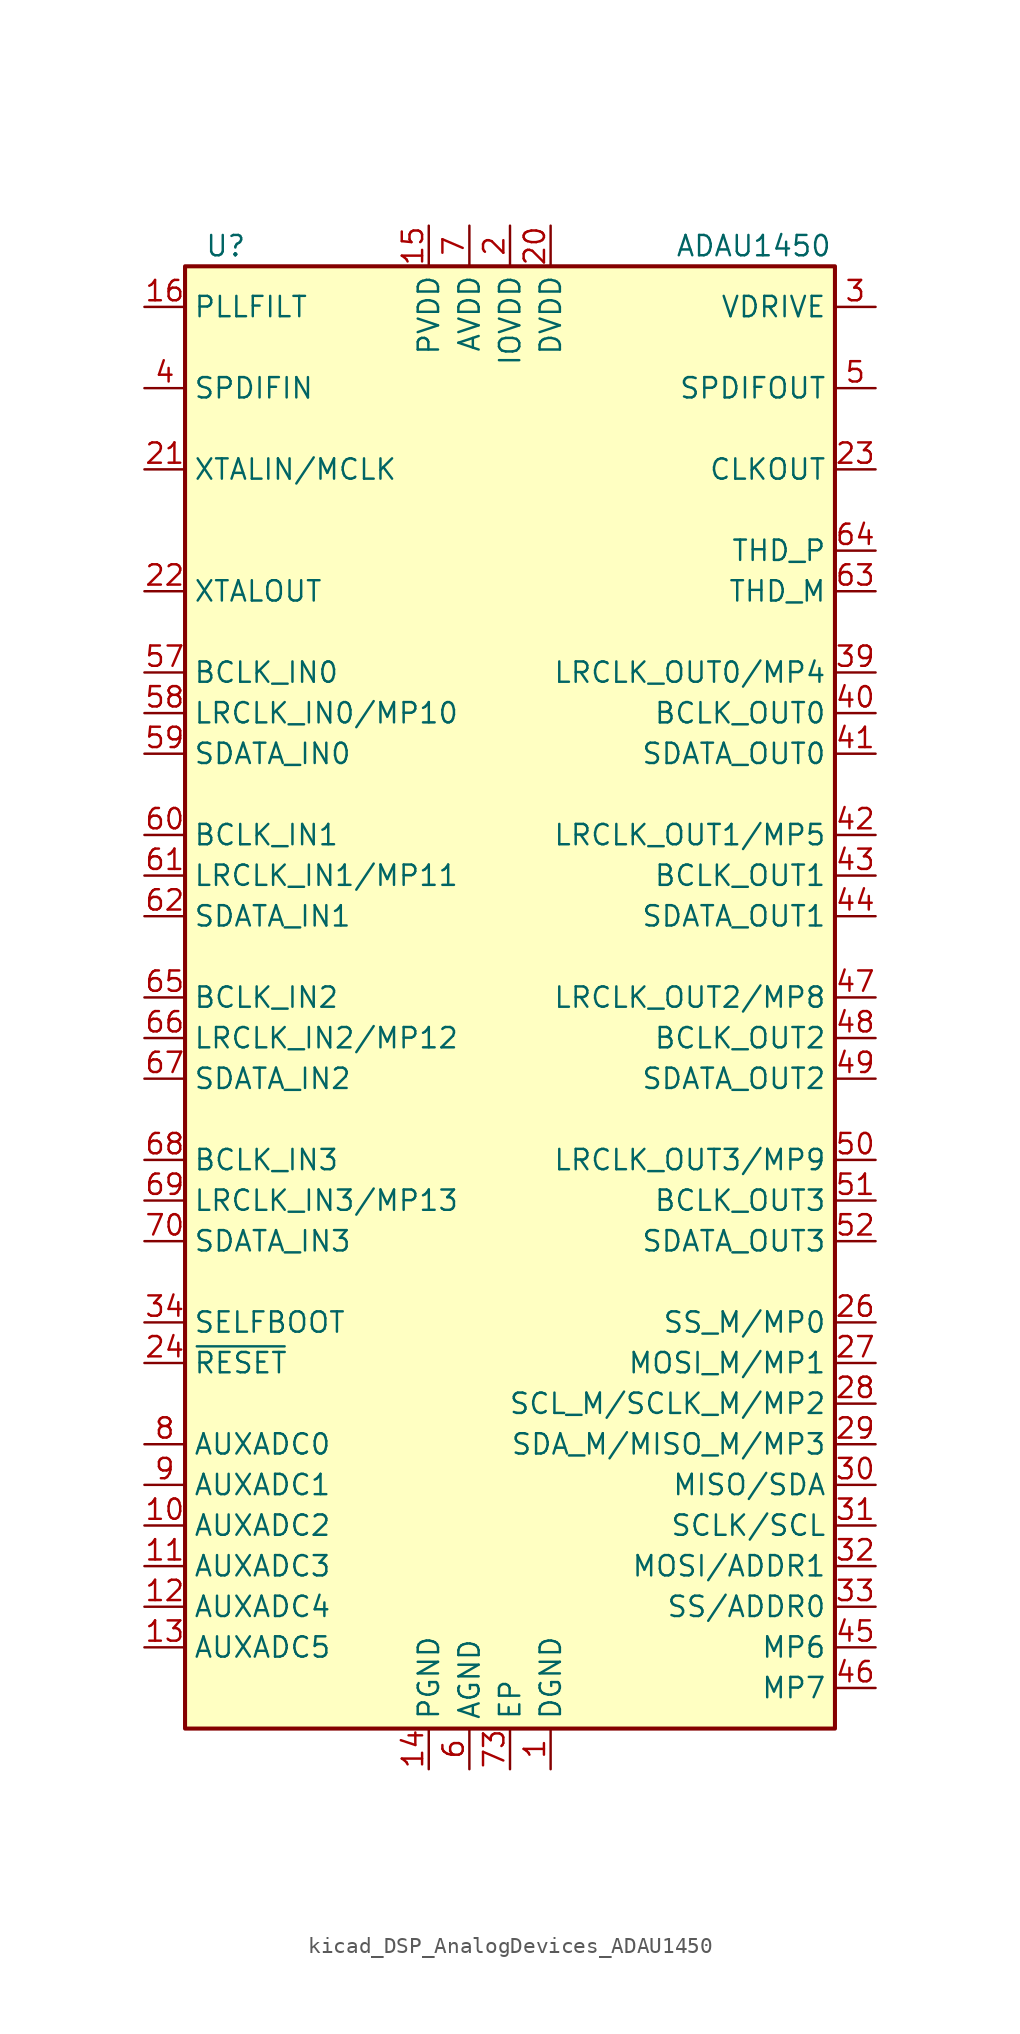
<source format=kicad_sym>
(kicad_symbol_lib
  (version 20220914)
  (generator kicad_symbol_editor)
  (symbol "kicad_DSP_AnalogDevices_ADAU1450"
    (property "Reference" "U"
      (at -17.78 46.99 0)
      (effects (font (size 1.27 1.27))))
    (property "Value" "ADAU1450"
      (at 15.24 46.99 0)
      (effects (font (size 1.27 1.27))))
    (symbol "kicad_DSP_AnalogDevices_ADAU1450_0_1"
      (rectangle (start -20.32 45.72) (end 20.32 -45.72) (stroke (width 0.254) (type default)) (fill (type background))))
    (symbol "kicad_DSP_AnalogDevices_ADAU1450_1_1"
      (pin power_in line (at 2.54 -48.26 90) (length 2.54) (name "DGND" (effects (font (size 1.27 1.27)))) (number "1" (effects (font (size 1.27 1.27)))))
      (pin input line (at -22.86 -33.02 0) (length 2.54) (name "AUXADC2" (effects (font (size 1.27 1.27)))) (number "10" (effects (font (size 1.27 1.27)))))
      (pin input line (at -22.86 -35.56 0) (length 2.54) (name "AUXADC3" (effects (font (size 1.27 1.27)))) (number "11" (effects (font (size 1.27 1.27)))))
      (pin input line (at -22.86 -38.1 0) (length 2.54) (name "AUXADC4" (effects (font (size 1.27 1.27)))) (number "12" (effects (font (size 1.27 1.27)))))
      (pin input line (at -22.86 -40.64 0) (length 2.54) (name "AUXADC5" (effects (font (size 1.27 1.27)))) (number "13" (effects (font (size 1.27 1.27)))))
      (pin power_in line (at -5.08 -48.26 90) (length 2.54) (name "PGND" (effects (font (size 1.27 1.27)))) (number "14" (effects (font (size 1.27 1.27)))))
      (pin power_in line (at -5.08 48.26 270) (length 2.54) (name "PVDD" (effects (font (size 1.27 1.27)))) (number "15" (effects (font (size 1.27 1.27)))))
      (pin passive line (at -22.86 43.18 0) (length 2.54) (name "PLLFILT" (effects (font (size 1.27 1.27)))) (number "16" (effects (font (size 1.27 1.27)))))
      (pin passive line (at 2.54 -48.26 90) (length 2.54) hide (name "DGND" (effects (font (size 1.27 1.27)))) (number "17" (effects (font (size 1.27 1.27)))))
      (pin passive line (at 0 48.26 270) (length 2.54) hide (name "IOVDD" (effects (font (size 1.27 1.27)))) (number "18" (effects (font (size 1.27 1.27)))))
      (pin passive line (at 2.54 -48.26 90) (length 2.54) hide (name "DGND" (effects (font (size 1.27 1.27)))) (number "19" (effects (font (size 1.27 1.27)))))
      (pin power_in line (at 0 48.26 270) (length 2.54) (name "IOVDD" (effects (font (size 1.27 1.27)))) (number "2" (effects (font (size 1.27 1.27)))))
      (pin power_in line (at 2.54 48.26 270) (length 2.54) (name "DVDD" (effects (font (size 1.27 1.27)))) (number "20" (effects (font (size 1.27 1.27)))))
      (pin input line (at -22.86 33.02 0) (length 2.54) (name "XTALIN/MCLK" (effects (font (size 1.27 1.27)))) (number "21" (effects (font (size 1.27 1.27)))))
      (pin output line (at -22.86 25.4 0) (length 2.54) (name "XTALOUT" (effects (font (size 1.27 1.27)))) (number "22" (effects (font (size 1.27 1.27)))))
      (pin output line (at 22.86 33.02 180) (length 2.54) (name "CLKOUT" (effects (font (size 1.27 1.27)))) (number "23" (effects (font (size 1.27 1.27)))))
      (pin input line (at -22.86 -22.86 0) (length 2.54) (name "~{RESET}" (effects (font (size 1.27 1.27)))) (number "24" (effects (font (size 1.27 1.27)))))
      (pin passive line (at 2.54 -48.26 90) (length 2.54) hide (name "DGND" (effects (font (size 1.27 1.27)))) (number "25" (effects (font (size 1.27 1.27)))))
      (pin bidirectional line (at 22.86 -20.32 180) (length 2.54) (name "SS_M/MP0" (effects (font (size 1.27 1.27)))) (number "26" (effects (font (size 1.27 1.27)))))
      (pin bidirectional line (at 22.86 -22.86 180) (length 2.54) (name "MOSI_M/MP1" (effects (font (size 1.27 1.27)))) (number "27" (effects (font (size 1.27 1.27)))))
      (pin bidirectional line (at 22.86 -25.4 180) (length 2.54) (name "SCL_M/SCLK_M/MP2" (effects (font (size 1.27 1.27)))) (number "28" (effects (font (size 1.27 1.27)))))
      (pin bidirectional line (at 22.86 -27.94 180) (length 2.54) (name "SDA_M/MISO_M/MP3" (effects (font (size 1.27 1.27)))) (number "29" (effects (font (size 1.27 1.27)))))
      (pin output line (at 22.86 43.18 180) (length 2.54) (name "VDRIVE" (effects (font (size 1.27 1.27)))) (number "3" (effects (font (size 1.27 1.27)))))
      (pin bidirectional line (at 22.86 -30.48 180) (length 2.54) (name "MISO/SDA" (effects (font (size 1.27 1.27)))) (number "30" (effects (font (size 1.27 1.27)))))
      (pin input line (at 22.86 -33.02 180) (length 2.54) (name "SCLK/SCL" (effects (font (size 1.27 1.27)))) (number "31" (effects (font (size 1.27 1.27)))))
      (pin input line (at 22.86 -35.56 180) (length 2.54) (name "MOSI/ADDR1" (effects (font (size 1.27 1.27)))) (number "32" (effects (font (size 1.27 1.27)))))
      (pin input line (at 22.86 -38.1 180) (length 2.54) (name "SS/ADDR0" (effects (font (size 1.27 1.27)))) (number "33" (effects (font (size 1.27 1.27)))))
      (pin input line (at -22.86 -20.32 0) (length 2.54) (name "SELFBOOT" (effects (font (size 1.27 1.27)))) (number "34" (effects (font (size 1.27 1.27)))))
      (pin passive line (at 2.54 48.26 270) (length 2.54) hide (name "DVDD" (effects (font (size 1.27 1.27)))) (number "35" (effects (font (size 1.27 1.27)))))
      (pin passive line (at 2.54 -48.26 90) (length 2.54) hide (name "DGND" (effects (font (size 1.27 1.27)))) (number "36" (effects (font (size 1.27 1.27)))))
      (pin passive line (at 2.54 -48.26 90) (length 2.54) hide (name "DGND" (effects (font (size 1.27 1.27)))) (number "37" (effects (font (size 1.27 1.27)))))
      (pin passive line (at 0 48.26 270) (length 2.54) hide (name "IOVDD" (effects (font (size 1.27 1.27)))) (number "38" (effects (font (size 1.27 1.27)))))
      (pin bidirectional line (at 22.86 20.32 180) (length 2.54) (name "LRCLK_OUT0/MP4" (effects (font (size 1.27 1.27)))) (number "39" (effects (font (size 1.27 1.27)))))
      (pin input line (at -22.86 38.1 0) (length 2.54) (name "SPDIFIN" (effects (font (size 1.27 1.27)))) (number "4" (effects (font (size 1.27 1.27)))))
      (pin bidirectional line (at 22.86 17.78 180) (length 2.54) (name "BCLK_OUT0" (effects (font (size 1.27 1.27)))) (number "40" (effects (font (size 1.27 1.27)))))
      (pin output line (at 22.86 15.24 180) (length 2.54) (name "SDATA_OUT0" (effects (font (size 1.27 1.27)))) (number "41" (effects (font (size 1.27 1.27)))))
      (pin bidirectional line (at 22.86 10.16 180) (length 2.54) (name "LRCLK_OUT1/MP5" (effects (font (size 1.27 1.27)))) (number "42" (effects (font (size 1.27 1.27)))))
      (pin bidirectional line (at 22.86 7.62 180) (length 2.54) (name "BCLK_OUT1" (effects (font (size 1.27 1.27)))) (number "43" (effects (font (size 1.27 1.27)))))
      (pin output line (at 22.86 5.08 180) (length 2.54) (name "SDATA_OUT1" (effects (font (size 1.27 1.27)))) (number "44" (effects (font (size 1.27 1.27)))))
      (pin bidirectional line (at 22.86 -40.64 180) (length 2.54) (name "MP6" (effects (font (size 1.27 1.27)))) (number "45" (effects (font (size 1.27 1.27)))))
      (pin bidirectional line (at 22.86 -43.18 180) (length 2.54) (name "MP7" (effects (font (size 1.27 1.27)))) (number "46" (effects (font (size 1.27 1.27)))))
      (pin bidirectional line (at 22.86 0 180) (length 2.54) (name "LRCLK_OUT2/MP8" (effects (font (size 1.27 1.27)))) (number "47" (effects (font (size 1.27 1.27)))))
      (pin bidirectional line (at 22.86 -2.54 180) (length 2.54) (name "BCLK_OUT2" (effects (font (size 1.27 1.27)))) (number "48" (effects (font (size 1.27 1.27)))))
      (pin output line (at 22.86 -5.08 180) (length 2.54) (name "SDATA_OUT2" (effects (font (size 1.27 1.27)))) (number "49" (effects (font (size 1.27 1.27)))))
      (pin output line (at 22.86 38.1 180) (length 2.54) (name "SPDIFOUT" (effects (font (size 1.27 1.27)))) (number "5" (effects (font (size 1.27 1.27)))))
      (pin bidirectional line (at 22.86 -10.16 180) (length 2.54) (name "LRCLK_OUT3/MP9" (effects (font (size 1.27 1.27)))) (number "50" (effects (font (size 1.27 1.27)))))
      (pin bidirectional line (at 22.86 -12.7 180) (length 2.54) (name "BCLK_OUT3" (effects (font (size 1.27 1.27)))) (number "51" (effects (font (size 1.27 1.27)))))
      (pin output line (at 22.86 -15.24 180) (length 2.54) (name "SDATA_OUT3" (effects (font (size 1.27 1.27)))) (number "52" (effects (font (size 1.27 1.27)))))
      (pin passive line (at 2.54 48.26 270) (length 2.54) hide (name "DVDD" (effects (font (size 1.27 1.27)))) (number "53" (effects (font (size 1.27 1.27)))))
      (pin passive line (at 2.54 -48.26 90) (length 2.54) hide (name "DGND" (effects (font (size 1.27 1.27)))) (number "54" (effects (font (size 1.27 1.27)))))
      (pin passive line (at 2.54 -48.26 90) (length 2.54) hide (name "DGND" (effects (font (size 1.27 1.27)))) (number "55" (effects (font (size 1.27 1.27)))))
      (pin passive line (at 0 48.26 270) (length 2.54) hide (name "IOVDD" (effects (font (size 1.27 1.27)))) (number "56" (effects (font (size 1.27 1.27)))))
      (pin bidirectional line (at -22.86 20.32 0) (length 2.54) (name "BCLK_IN0" (effects (font (size 1.27 1.27)))) (number "57" (effects (font (size 1.27 1.27)))))
      (pin bidirectional line (at -22.86 17.78 0) (length 2.54) (name "LRCLK_IN0/MP10" (effects (font (size 1.27 1.27)))) (number "58" (effects (font (size 1.27 1.27)))))
      (pin input line (at -22.86 15.24 0) (length 2.54) (name "SDATA_IN0" (effects (font (size 1.27 1.27)))) (number "59" (effects (font (size 1.27 1.27)))))
      (pin power_in line (at -2.54 -48.26 90) (length 2.54) (name "AGND" (effects (font (size 1.27 1.27)))) (number "6" (effects (font (size 1.27 1.27)))))
      (pin bidirectional line (at -22.86 10.16 0) (length 2.54) (name "BCLK_IN1" (effects (font (size 1.27 1.27)))) (number "60" (effects (font (size 1.27 1.27)))))
      (pin bidirectional line (at -22.86 7.62 0) (length 2.54) (name "LRCLK_IN1/MP11" (effects (font (size 1.27 1.27)))) (number "61" (effects (font (size 1.27 1.27)))))
      (pin input line (at -22.86 5.08 0) (length 2.54) (name "SDATA_IN1" (effects (font (size 1.27 1.27)))) (number "62" (effects (font (size 1.27 1.27)))))
      (pin passive line (at 22.86 25.4 180) (length 2.54) (name "THD_M" (effects (font (size 1.27 1.27)))) (number "63" (effects (font (size 1.27 1.27)))))
      (pin passive line (at 22.86 27.94 180) (length 2.54) (name "THD_P" (effects (font (size 1.27 1.27)))) (number "64" (effects (font (size 1.27 1.27)))))
      (pin bidirectional line (at -22.86 0 0) (length 2.54) (name "BCLK_IN2" (effects (font (size 1.27 1.27)))) (number "65" (effects (font (size 1.27 1.27)))))
      (pin bidirectional line (at -22.86 -2.54 0) (length 2.54) (name "LRCLK_IN2/MP12" (effects (font (size 1.27 1.27)))) (number "66" (effects (font (size 1.27 1.27)))))
      (pin input line (at -22.86 -5.08 0) (length 2.54) (name "SDATA_IN2" (effects (font (size 1.27 1.27)))) (number "67" (effects (font (size 1.27 1.27)))))
      (pin bidirectional line (at -22.86 -10.16 0) (length 2.54) (name "BCLK_IN3" (effects (font (size 1.27 1.27)))) (number "68" (effects (font (size 1.27 1.27)))))
      (pin bidirectional line (at -22.86 -12.7 0) (length 2.54) (name "LRCLK_IN3/MP13" (effects (font (size 1.27 1.27)))) (number "69" (effects (font (size 1.27 1.27)))))
      (pin power_in line (at -2.54 48.26 270) (length 2.54) (name "AVDD" (effects (font (size 1.27 1.27)))) (number "7" (effects (font (size 1.27 1.27)))))
      (pin input line (at -22.86 -15.24 0) (length 2.54) (name "SDATA_IN3" (effects (font (size 1.27 1.27)))) (number "70" (effects (font (size 1.27 1.27)))))
      (pin passive line (at 2.54 48.26 270) (length 2.54) hide (name "DVDD" (effects (font (size 1.27 1.27)))) (number "71" (effects (font (size 1.27 1.27)))))
      (pin passive line (at 2.54 -48.26 90) (length 2.54) hide (name "DGND" (effects (font (size 1.27 1.27)))) (number "72" (effects (font (size 1.27 1.27)))))
      (pin power_in line (at 0 -48.26 90) (length 2.54) (name "EP" (effects (font (size 1.27 1.27)))) (number "73" (effects (font (size 1.27 1.27)))))
      (pin input line (at -22.86 -27.94 0) (length 2.54) (name "AUXADC0" (effects (font (size 1.27 1.27)))) (number "8" (effects (font (size 1.27 1.27)))))
      (pin input line (at -22.86 -30.48 0) (length 2.54) (name "AUXADC1" (effects (font (size 1.27 1.27)))) (number "9" (effects (font (size 1.27 1.27))))))))
</source>
